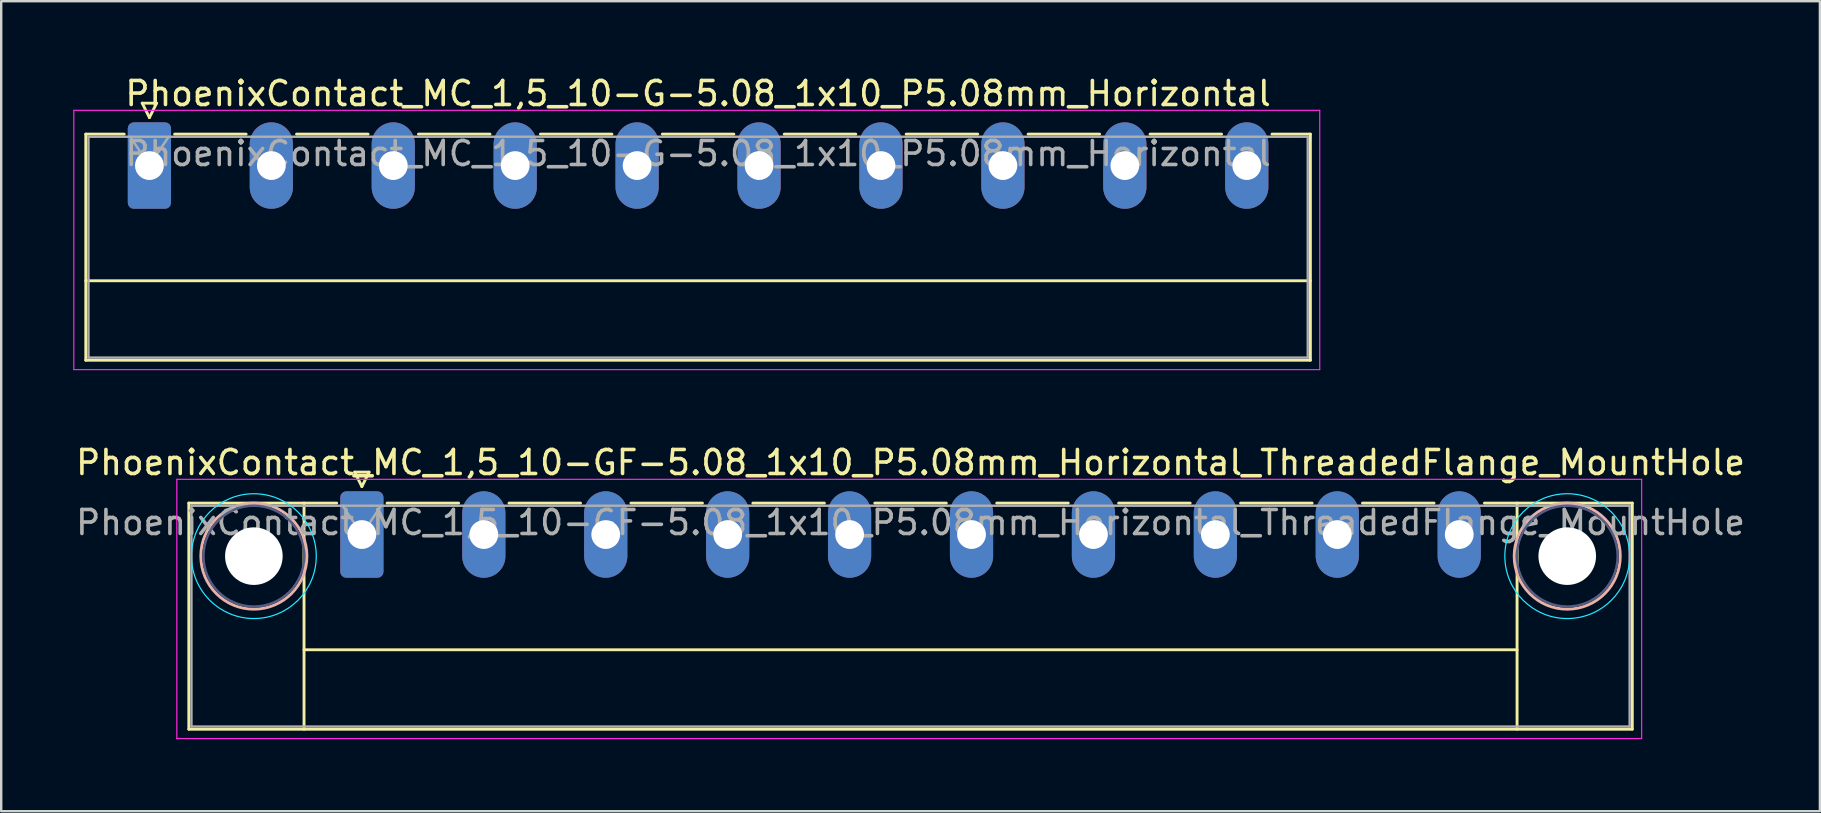
<source format=kicad_pcb>
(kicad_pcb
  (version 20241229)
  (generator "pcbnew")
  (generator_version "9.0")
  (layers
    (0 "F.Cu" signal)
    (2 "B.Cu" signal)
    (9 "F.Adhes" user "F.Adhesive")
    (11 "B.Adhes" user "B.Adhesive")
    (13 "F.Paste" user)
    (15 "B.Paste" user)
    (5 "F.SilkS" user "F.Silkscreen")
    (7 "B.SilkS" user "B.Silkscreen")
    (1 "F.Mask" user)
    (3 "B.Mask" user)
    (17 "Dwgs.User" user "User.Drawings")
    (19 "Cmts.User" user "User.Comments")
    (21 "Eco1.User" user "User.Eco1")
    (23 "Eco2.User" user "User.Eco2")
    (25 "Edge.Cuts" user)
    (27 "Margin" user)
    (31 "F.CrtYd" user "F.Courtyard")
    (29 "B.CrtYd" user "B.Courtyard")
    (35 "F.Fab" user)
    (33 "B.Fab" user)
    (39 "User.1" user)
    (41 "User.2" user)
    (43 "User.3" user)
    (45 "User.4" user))
  (footprint "PhoenixContact_MC_1,5_10-G-5.08_1x10_P5.08mm_Horizontal"
    (layer "F.Cu")
    (at 3.175 3.848)
    (property "Reference" "PhoenixContact_MC_1,5_10-G-5.08_1x10_P5.08mm_Horizontal" (at 22.86 -3 0) (layer "F.SilkS") (effects (font (size 1 1) (thickness 0.15))))
    (attr through_hole)
    (fp_line (start -2.65 -1.31) (end -2.65 8.11) (stroke (width 0.12) (type solid)) (layer "F.SilkS"))
    (fp_line (start -2.65 -1.31) (end -1.05 -1.31) (stroke (width 0.12) (type solid)) (layer "F.SilkS"))
    (fp_line (start -2.65 4.8) (end 48.37 4.8) (stroke (width 0.12) (type solid)) (layer "F.SilkS"))
    (fp_line (start -2.65 8.11) (end 48.37 8.11) (stroke (width 0.12) (type solid)) (layer "F.SilkS"))
    (fp_line (start -0.3 -2.6) (end 0.3 -2.6) (stroke (width 0.12) (type solid)) (layer "F.SilkS"))
    (fp_line (start 0 -2) (end -0.3 -2.6) (stroke (width 0.12) (type solid)) (layer "F.SilkS"))
    (fp_line (start 0.3 -2.6) (end 0 -2) (stroke (width 0.12) (type solid)) (layer "F.SilkS"))
    (fp_line (start 1.05 -1.31) (end 4.03 -1.31) (stroke (width 0.12) (type solid)) (layer "F.SilkS"))
    (fp_line (start 6.13 -1.31) (end 9.11 -1.31) (stroke (width 0.12) (type solid)) (layer "F.SilkS"))
    (fp_line (start 11.21 -1.31) (end 14.19 -1.31) (stroke (width 0.12) (type solid)) (layer "F.SilkS"))
    (fp_line (start 16.29 -1.31) (end 19.27 -1.31) (stroke (width 0.12) (type solid)) (layer "F.SilkS"))
    (fp_line (start 21.37 -1.31) (end 24.35 -1.31) (stroke (width 0.12) (type solid)) (layer "F.SilkS"))
    (fp_line (start 26.45 -1.31) (end 29.43 -1.31) (stroke (width 0.12) (type solid)) (layer "F.SilkS"))
    (fp_line (start 31.53 -1.31) (end 34.51 -1.31) (stroke (width 0.12) (type solid)) (layer "F.SilkS"))
    (fp_line (start 36.61 -1.31) (end 39.59 -1.31) (stroke (width 0.12) (type solid)) (layer "F.SilkS"))
    (fp_line (start 41.69 -1.31) (end 44.67 -1.31) (stroke (width 0.12) (type solid)) (layer "F.SilkS"))
    (fp_line (start 48.37 -1.31) (end 46.77 -1.31) (stroke (width 0.12) (type solid)) (layer "F.SilkS"))
    (fp_line (start 48.37 8.11) (end 48.37 -1.31) (stroke (width 0.12) (type solid)) (layer "F.SilkS"))
    (fp_line (start -3.15 -2.3) (end -3.15 8.5) (stroke (width 0.05) (type solid)) (layer "F.CrtYd"))
    (fp_line (start -3.15 8.5) (end 48.76 8.5) (stroke (width 0.05) (type solid)) (layer "F.CrtYd"))
    (fp_line (start 48.76 -2.3) (end -3.15 -2.3) (stroke (width 0.05) (type solid)) (layer "F.CrtYd"))
    (fp_line (start 48.76 8.5) (end 48.76 -2.3) (stroke (width 0.05) (type solid)) (layer "F.CrtYd"))
    (fp_line (start -2.54 -1.2) (end -2.54 8) (stroke (width 0.1) (type solid)) (layer "F.Fab"))
    (fp_line (start -2.54 8) (end 48.26 8) (stroke (width 0.1) (type solid)) (layer "F.Fab"))
    (fp_line (start 0 0) (end -0.8 -1.2) (stroke (width 0.1) (type solid)) (layer "F.Fab"))
    (fp_line (start 0.8 -1.2) (end 0 0) (stroke (width 0.1) (type solid)) (layer "F.Fab"))
    (fp_line (start 48.26 -1.2) (end -2.54 -1.2) (stroke (width 0.1) (type solid)) (layer "F.Fab"))
    (fp_line (start 48.26 8) (end 48.26 -1.2) (stroke (width 0.1) (type solid)) (layer "F.Fab"))
    (fp_text user "${REFERENCE}" (at 22.86 -0.5 0) (layer "F.Fab") (effects (font (size 1 1) (thickness 0.15))))
    (pad "1" thru_hole roundrect (at 0 0) (size 1.8 3.6) (drill 1.2) (layers "*.Cu" "*.Mask") (roundrect_rratio 0.139))
    (pad "2" thru_hole oval (at 5.08 0) (size 1.8 3.6) (drill 1.2) (layers "*.Cu" "*.Mask"))
    (pad "3" thru_hole oval (at 10.16 0) (size 1.8 3.6) (drill 1.2) (layers "*.Cu" "*.Mask"))
    (pad "4" thru_hole oval (at 15.24 0) (size 1.8 3.6) (drill 1.2) (layers "*.Cu" "*.Mask"))
    (pad "5" thru_hole oval (at 20.32 0) (size 1.8 3.6) (drill 1.2) (layers "*.Cu" "*.Mask"))
    (pad "6" thru_hole oval (at 25.4 0) (size 1.8 3.6) (drill 1.2) (layers "*.Cu" "*.Mask"))
    (pad "7" thru_hole oval (at 30.48 0) (size 1.8 3.6) (drill 1.2) (layers "*.Cu" "*.Mask"))
    (pad "8" thru_hole oval (at 35.56 0) (size 1.8 3.6) (drill 1.2) (layers "*.Cu" "*.Mask"))
    (pad "9" thru_hole oval (at 40.64 0) (size 1.8 3.6) (drill 1.2) (layers "*.Cu" "*.Mask"))
    (pad "10" thru_hole oval (at 45.72 0) (size 1.8 3.6) (drill 1.2) (layers "*.Cu" "*.Mask")))
  (footprint "PhoenixContact_MC_1,5_10-GF-5.08_1x10_P5.08mm_Horizontal_ThreadedFlange_MountHole"
    (layer "F.Cu")
    (at 12.027 19.221)
    (property "Reference" "PhoenixContact_MC_1,5_10-GF-5.08_1x10_P5.08mm_Horizontal_ThreadedFlange_MountHole" (at 22.86 -3 0) (layer "F.SilkS") (effects (font (size 1 1) (thickness 0.15))))
    (attr through_hole)
    (fp_line (start -7.21 -1.31) (end -7.21 8.11) (stroke (width 0.12) (type solid)) (layer "F.SilkS"))
    (fp_line (start -7.21 -1.31) (end -1.05 -1.31) (stroke (width 0.12) (type solid)) (layer "F.SilkS"))
    (fp_line (start -7.21 8.11) (end 52.93 8.11) (stroke (width 0.12) (type solid)) (layer "F.SilkS"))
    (fp_line (start -2.41 -1.31) (end -2.41 8.11) (stroke (width 0.12) (type solid)) (layer "F.SilkS"))
    (fp_line (start -2.41 4.8) (end 48.13 4.8) (stroke (width 0.12) (type solid)) (layer "F.SilkS"))
    (fp_line (start -0.3 -2.6) (end 0.3 -2.6) (stroke (width 0.12) (type solid)) (layer "F.SilkS"))
    (fp_line (start 0 -2) (end -0.3 -2.6) (stroke (width 0.12) (type solid)) (layer "F.SilkS"))
    (fp_line (start 0.3 -2.6) (end 0 -2) (stroke (width 0.12) (type solid)) (layer "F.SilkS"))
    (fp_line (start 1.05 -1.31) (end 4.03 -1.31) (stroke (width 0.12) (type solid)) (layer "F.SilkS"))
    (fp_line (start 6.13 -1.31) (end 9.11 -1.31) (stroke (width 0.12) (type solid)) (layer "F.SilkS"))
    (fp_line (start 11.21 -1.31) (end 14.19 -1.31) (stroke (width 0.12) (type solid)) (layer "F.SilkS"))
    (fp_line (start 16.29 -1.31) (end 19.27 -1.31) (stroke (width 0.12) (type solid)) (layer "F.SilkS"))
    (fp_line (start 21.37 -1.31) (end 24.35 -1.31) (stroke (width 0.12) (type solid)) (layer "F.SilkS"))
    (fp_line (start 26.45 -1.31) (end 29.43 -1.31) (stroke (width 0.12) (type solid)) (layer "F.SilkS"))
    (fp_line (start 31.53 -1.31) (end 34.51 -1.31) (stroke (width 0.12) (type solid)) (layer "F.SilkS"))
    (fp_line (start 36.61 -1.31) (end 39.59 -1.31) (stroke (width 0.12) (type solid)) (layer "F.SilkS"))
    (fp_line (start 41.69 -1.31) (end 44.67 -1.31) (stroke (width 0.12) (type solid)) (layer "F.SilkS"))
    (fp_line (start 48.13 -1.31) (end 48.13 8.11) (stroke (width 0.12) (type solid)) (layer "F.SilkS"))
    (fp_line (start 52.93 -1.31) (end 46.77 -1.31) (stroke (width 0.12) (type solid)) (layer "F.SilkS"))
    (fp_line (start 52.93 8.11) (end 52.93 -1.31) (stroke (width 0.12) (type solid)) (layer "F.SilkS"))
    (fp_circle (center -4.5 0.9) (end -2.29 0.9) (stroke (width 0.12) (type solid)) (fill no) (layer "B.SilkS"))
    (fp_circle (center 50.22 0.9) (end 52.43 0.9) (stroke (width 0.12) (type solid)) (fill no) (layer "B.SilkS"))
    (fp_circle (center -4.5 0.9) (end -1.9 0.9) (stroke (width 0.05) (type solid)) (fill no) (layer "B.CrtYd"))
    (fp_circle (center 50.22 0.9) (end 52.82 0.9) (stroke (width 0.05) (type solid)) (fill no) (layer "B.CrtYd"))
    (fp_line (start -7.71 -2.3) (end -7.71 8.5) (stroke (width 0.05) (type solid)) (layer "F.CrtYd"))
    (fp_line (start -7.71 8.5) (end 53.32 8.5) (stroke (width 0.05) (type solid)) (layer "F.CrtYd"))
    (fp_line (start 53.32 -2.3) (end -7.71 -2.3) (stroke (width 0.05) (type solid)) (layer "F.CrtYd"))
    (fp_line (start 53.32 8.5) (end 53.32 -2.3) (stroke (width 0.05) (type solid)) (layer "F.CrtYd"))
    (fp_circle (center -4.5 0.9) (end -2.4 0.9) (stroke (width 0.1) (type solid)) (fill no) (layer "B.Fab"))
    (fp_circle (center 50.22 0.9) (end 52.32 0.9) (stroke (width 0.1) (type solid)) (fill no) (layer "B.Fab"))
    (fp_line (start -7.1 -1.2) (end -7.1 8) (stroke (width 0.1) (type solid)) (layer "F.Fab"))
    (fp_line (start -7.1 8) (end 52.82 8) (stroke (width 0.1) (type solid)) (layer "F.Fab"))
    (fp_line (start 0 0) (end -0.8 -1.2) (stroke (width 0.1) (type solid)) (layer "F.Fab"))
    (fp_line (start 0.8 -1.2) (end 0 0) (stroke (width 0.1) (type solid)) (layer "F.Fab"))
    (fp_line (start 52.82 -1.2) (end -7.1 -1.2) (stroke (width 0.1) (type solid)) (layer "F.Fab"))
    (fp_line (start 52.82 8) (end 52.82 -1.2) (stroke (width 0.1) (type solid)) (layer "F.Fab"))
    (fp_text user "${REFERENCE}" (at 22.86 -0.5 0) (layer "F.Fab") (effects (font (size 1 1) (thickness 0.15))))
    (pad "" np_thru_hole circle (at -4.5 0.9) (size 2.4 2.4) (drill 2.4) (layers "*.Cu" "*.Mask"))
    (pad "" np_thru_hole circle (at 50.22 0.9) (size 2.4 2.4) (drill 2.4) (layers "*.Cu" "*.Mask"))
    (pad "1" thru_hole roundrect (at 0 0) (size 1.8 3.6) (drill 1.2) (layers "*.Cu" "*.Mask") (roundrect_rratio 0.139))
    (pad "2" thru_hole oval (at 5.08 0) (size 1.8 3.6) (drill 1.2) (layers "*.Cu" "*.Mask"))
    (pad "3" thru_hole oval (at 10.16 0) (size 1.8 3.6) (drill 1.2) (layers "*.Cu" "*.Mask"))
    (pad "4" thru_hole oval (at 15.24 0) (size 1.8 3.6) (drill 1.2) (layers "*.Cu" "*.Mask"))
    (pad "5" thru_hole oval (at 20.32 0) (size 1.8 3.6) (drill 1.2) (layers "*.Cu" "*.Mask"))
    (pad "6" thru_hole oval (at 25.4 0) (size 1.8 3.6) (drill 1.2) (layers "*.Cu" "*.Mask"))
    (pad "7" thru_hole oval (at 30.48 0) (size 1.8 3.6) (drill 1.2) (layers "*.Cu" "*.Mask"))
    (pad "8" thru_hole oval (at 35.56 0) (size 1.8 3.6) (drill 1.2) (layers "*.Cu" "*.Mask"))
    (pad "9" thru_hole oval (at 40.64 0) (size 1.8 3.6) (drill 1.2) (layers "*.Cu" "*.Mask"))
    (pad "10" thru_hole oval (at 45.72 0) (size 1.8 3.6) (drill 1.2) (layers "*.Cu" "*.Mask")))
  (gr_rect
    (start -3 -3)
    (end 72.774 30.747)
    (stroke (width 0.1) (type default))
    (fill no)
    (layer "Edge.Cuts")))
</source>
